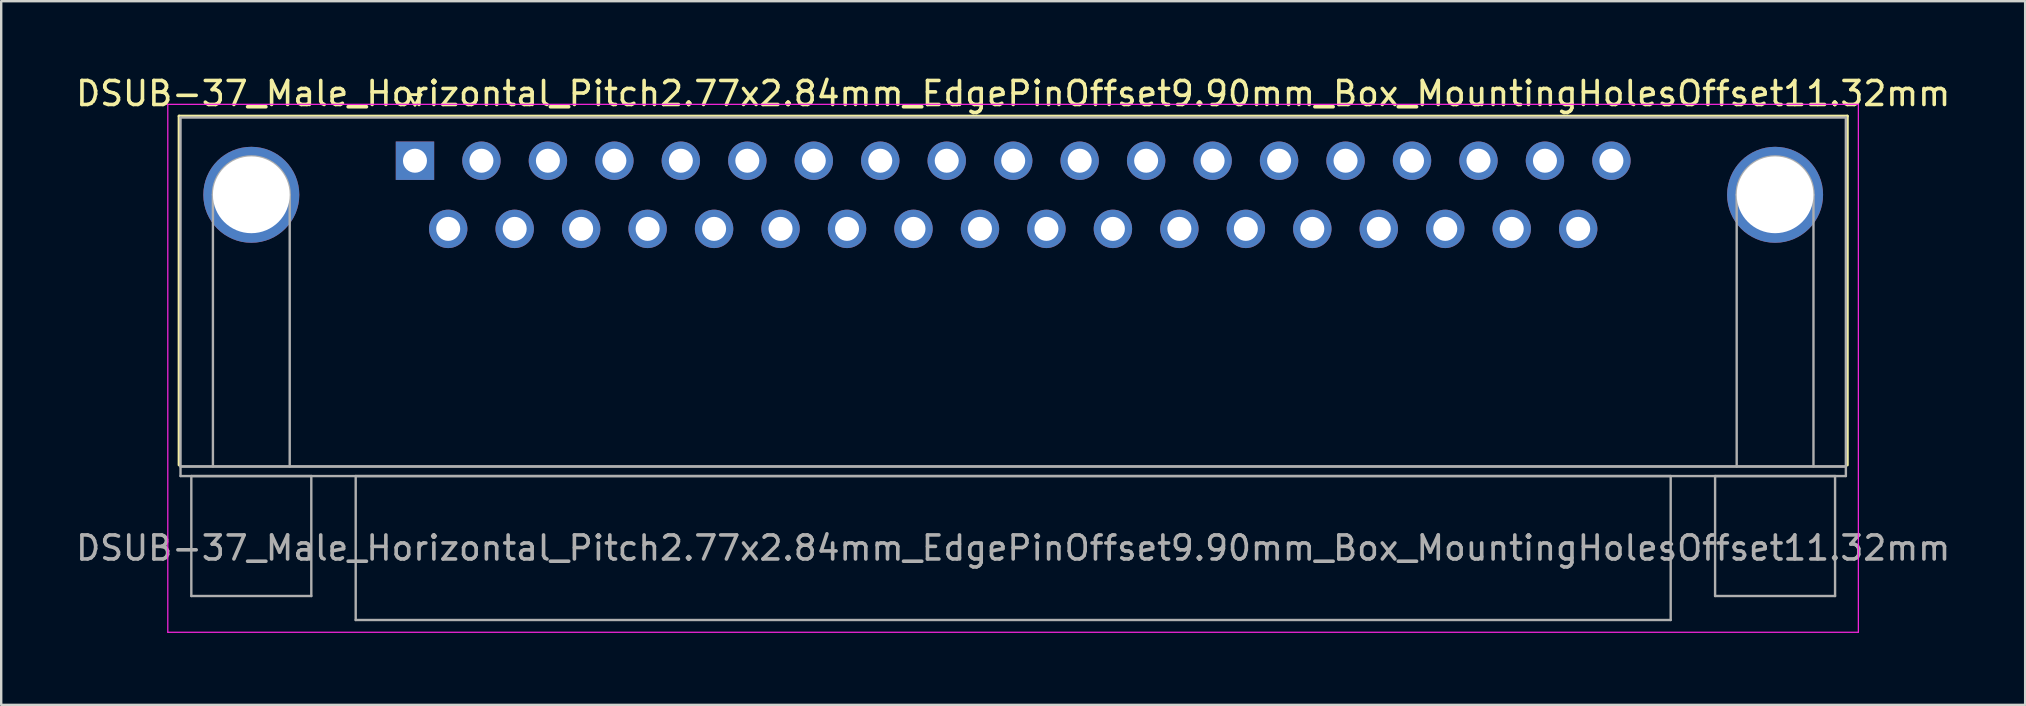
<source format=kicad_pcb>
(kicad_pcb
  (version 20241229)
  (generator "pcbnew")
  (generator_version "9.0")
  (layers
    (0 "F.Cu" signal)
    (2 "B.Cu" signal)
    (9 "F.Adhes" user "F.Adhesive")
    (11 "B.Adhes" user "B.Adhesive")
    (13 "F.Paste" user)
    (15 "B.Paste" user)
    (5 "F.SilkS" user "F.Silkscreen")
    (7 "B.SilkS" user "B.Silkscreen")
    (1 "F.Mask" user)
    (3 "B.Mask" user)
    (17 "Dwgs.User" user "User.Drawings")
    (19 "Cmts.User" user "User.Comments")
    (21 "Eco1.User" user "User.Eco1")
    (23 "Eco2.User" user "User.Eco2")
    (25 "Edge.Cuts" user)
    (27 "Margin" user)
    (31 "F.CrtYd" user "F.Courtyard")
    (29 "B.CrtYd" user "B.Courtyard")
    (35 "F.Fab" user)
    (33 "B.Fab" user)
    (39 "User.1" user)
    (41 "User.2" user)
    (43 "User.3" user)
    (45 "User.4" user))
  (footprint "DSUB-37_Male_Horizontal_Pitch2.77x2.84mm_EdgePinOffset9.90mm_Box_MountingHolesOffset11.32mm"
    (layer "F.Cu")
    (at 14.243 3.648)
    (property "Reference" "DSUB-37_Male_Horizontal_Pitch2.77x2.84mm_EdgePinOffset9.90mm_Box_MountingHolesOffset11.32mm" (at 24.93 -2.8 0) (layer "F.SilkS") (effects (font (size 1 1) (thickness 0.15))))
    (attr through_hole)
    (fp_line (start -9.83 -1.86) (end 59.69 -1.86) (stroke (width 0.12) (type solid)) (layer "F.SilkS"))
    (fp_line (start -9.83 12.68) (end -9.83 -1.86) (stroke (width 0.12) (type solid)) (layer "F.SilkS"))
    (fp_line (start -0.25 -2.754) (end 0.25 -2.754) (stroke (width 0.12) (type solid)) (layer "F.SilkS"))
    (fp_line (start 0 -2.321) (end -0.25 -2.754) (stroke (width 0.12) (type solid)) (layer "F.SilkS"))
    (fp_line (start 0.25 -2.754) (end 0 -2.321) (stroke (width 0.12) (type solid)) (layer "F.SilkS"))
    (fp_line (start 59.69 -1.86) (end 59.69 12.68) (stroke (width 0.12) (type solid)) (layer "F.SilkS"))
    (fp_line (start -10.3 -2.35) (end -10.3 19.65) (stroke (width 0.05) (type solid)) (layer "F.CrtYd"))
    (fp_line (start -10.3 19.65) (end 60.15 19.65) (stroke (width 0.05) (type solid)) (layer "F.CrtYd"))
    (fp_line (start 60.15 -2.35) (end -10.3 -2.35) (stroke (width 0.05) (type solid)) (layer "F.CrtYd"))
    (fp_line (start 60.15 19.65) (end 60.15 -2.35) (stroke (width 0.05) (type solid)) (layer "F.CrtYd"))
    (fp_line (start -9.77 -1.8) (end -9.77 12.74) (stroke (width 0.1) (type solid)) (layer "F.Fab"))
    (fp_line (start -9.77 12.74) (end -9.77 13.14) (stroke (width 0.1) (type solid)) (layer "F.Fab"))
    (fp_line (start -9.77 12.74) (end 59.63 12.74) (stroke (width 0.1) (type solid)) (layer "F.Fab"))
    (fp_line (start -9.77 13.14) (end 59.63 13.14) (stroke (width 0.1) (type solid)) (layer "F.Fab"))
    (fp_line (start -9.32 13.14) (end -9.32 18.14) (stroke (width 0.1) (type solid)) (layer "F.Fab"))
    (fp_line (start -9.32 18.14) (end -4.32 18.14) (stroke (width 0.1) (type solid)) (layer "F.Fab"))
    (fp_line (start -8.42 12.74) (end -8.42 1.42) (stroke (width 0.1) (type solid)) (layer "F.Fab"))
    (fp_line (start -5.22 12.74) (end -5.22 1.42) (stroke (width 0.1) (type solid)) (layer "F.Fab"))
    (fp_line (start -4.32 13.14) (end -9.32 13.14) (stroke (width 0.1) (type solid)) (layer "F.Fab"))
    (fp_line (start -4.32 18.14) (end -4.32 13.14) (stroke (width 0.1) (type solid)) (layer "F.Fab"))
    (fp_line (start -2.47 13.14) (end -2.47 19.14) (stroke (width 0.1) (type solid)) (layer "F.Fab"))
    (fp_line (start -2.47 19.14) (end 52.33 19.14) (stroke (width 0.1) (type solid)) (layer "F.Fab"))
    (fp_line (start 52.33 13.14) (end -2.47 13.14) (stroke (width 0.1) (type solid)) (layer "F.Fab"))
    (fp_line (start 52.33 19.14) (end 52.33 13.14) (stroke (width 0.1) (type solid)) (layer "F.Fab"))
    (fp_line (start 54.18 13.14) (end 54.18 18.14) (stroke (width 0.1) (type solid)) (layer "F.Fab"))
    (fp_line (start 54.18 18.14) (end 59.18 18.14) (stroke (width 0.1) (type solid)) (layer "F.Fab"))
    (fp_line (start 55.08 12.74) (end 55.08 1.42) (stroke (width 0.1) (type solid)) (layer "F.Fab"))
    (fp_line (start 58.28 12.74) (end 58.28 1.42) (stroke (width 0.1) (type solid)) (layer "F.Fab"))
    (fp_line (start 59.18 13.14) (end 54.18 13.14) (stroke (width 0.1) (type solid)) (layer "F.Fab"))
    (fp_line (start 59.18 18.14) (end 59.18 13.14) (stroke (width 0.1) (type solid)) (layer "F.Fab"))
    (fp_line (start 59.63 -1.8) (end -9.77 -1.8) (stroke (width 0.1) (type solid)) (layer "F.Fab"))
    (fp_line (start 59.63 12.74) (end -9.77 12.74) (stroke (width 0.1) (type solid)) (layer "F.Fab"))
    (fp_line (start 59.63 12.74) (end 59.63 -1.8) (stroke (width 0.1) (type solid)) (layer "F.Fab"))
    (fp_line (start 59.63 13.14) (end 59.63 12.74) (stroke (width 0.1) (type solid)) (layer "F.Fab"))
    (fp_arc (start -8.42 1.42) (mid -6.82 -0.18) (end -5.22 1.42) (stroke (width 0.1) (type solid)) (layer "F.Fab"))
    (fp_arc (start 55.08 1.42) (mid 56.68 -0.18) (end 58.28 1.42) (stroke (width 0.1) (type solid)) (layer "F.Fab"))
    (fp_text user "${REFERENCE}" (at 24.93 16.14 0) (layer "F.Fab") (effects (font (size 1 1) (thickness 0.15))))
    (pad "0" thru_hole circle (at -6.82 1.42) (size 4 4) (drill 3.2) (layers "*.Cu" "*.Mask"))
    (pad "0" thru_hole circle (at 56.68 1.42) (size 4 4) (drill 3.2) (layers "*.Cu" "*.Mask"))
    (pad "1" thru_hole rect (at 0 0) (size 1.6 1.6) (drill 1) (layers "*.Cu" "*.Mask"))
    (pad "2" thru_hole circle (at 2.77 0) (size 1.6 1.6) (drill 1) (layers "*.Cu" "*.Mask"))
    (pad "3" thru_hole circle (at 5.54 0) (size 1.6 1.6) (drill 1) (layers "*.Cu" "*.Mask"))
    (pad "4" thru_hole circle (at 8.31 0) (size 1.6 1.6) (drill 1) (layers "*.Cu" "*.Mask"))
    (pad "5" thru_hole circle (at 11.08 0) (size 1.6 1.6) (drill 1) (layers "*.Cu" "*.Mask"))
    (pad "6" thru_hole circle (at 13.85 0) (size 1.6 1.6) (drill 1) (layers "*.Cu" "*.Mask"))
    (pad "7" thru_hole circle (at 16.62 0) (size 1.6 1.6) (drill 1) (layers "*.Cu" "*.Mask"))
    (pad "8" thru_hole circle (at 19.39 0) (size 1.6 1.6) (drill 1) (layers "*.Cu" "*.Mask"))
    (pad "9" thru_hole circle (at 22.16 0) (size 1.6 1.6) (drill 1) (layers "*.Cu" "*.Mask"))
    (pad "10" thru_hole circle (at 24.93 0) (size 1.6 1.6) (drill 1) (layers "*.Cu" "*.Mask"))
    (pad "11" thru_hole circle (at 27.7 0) (size 1.6 1.6) (drill 1) (layers "*.Cu" "*.Mask"))
    (pad "12" thru_hole circle (at 30.47 0) (size 1.6 1.6) (drill 1) (layers "*.Cu" "*.Mask"))
    (pad "13" thru_hole circle (at 33.24 0) (size 1.6 1.6) (drill 1) (layers "*.Cu" "*.Mask"))
    (pad "14" thru_hole circle (at 36.01 0) (size 1.6 1.6) (drill 1) (layers "*.Cu" "*.Mask"))
    (pad "15" thru_hole circle (at 38.78 0) (size 1.6 1.6) (drill 1) (layers "*.Cu" "*.Mask"))
    (pad "16" thru_hole circle (at 41.55 0) (size 1.6 1.6) (drill 1) (layers "*.Cu" "*.Mask"))
    (pad "17" thru_hole circle (at 44.32 0) (size 1.6 1.6) (drill 1) (layers "*.Cu" "*.Mask"))
    (pad "18" thru_hole circle (at 47.09 0) (size 1.6 1.6) (drill 1) (layers "*.Cu" "*.Mask"))
    (pad "19" thru_hole circle (at 49.86 0) (size 1.6 1.6) (drill 1) (layers "*.Cu" "*.Mask"))
    (pad "20" thru_hole circle (at 1.385 2.84) (size 1.6 1.6) (drill 1) (layers "*.Cu" "*.Mask"))
    (pad "21" thru_hole circle (at 4.155 2.84) (size 1.6 1.6) (drill 1) (layers "*.Cu" "*.Mask"))
    (pad "22" thru_hole circle (at 6.925 2.84) (size 1.6 1.6) (drill 1) (layers "*.Cu" "*.Mask"))
    (pad "23" thru_hole circle (at 9.695 2.84) (size 1.6 1.6) (drill 1) (layers "*.Cu" "*.Mask"))
    (pad "24" thru_hole circle (at 12.465 2.84) (size 1.6 1.6) (drill 1) (layers "*.Cu" "*.Mask"))
    (pad "25" thru_hole circle (at 15.235 2.84) (size 1.6 1.6) (drill 1) (layers "*.Cu" "*.Mask"))
    (pad "26" thru_hole circle (at 18.005 2.84) (size 1.6 1.6) (drill 1) (layers "*.Cu" "*.Mask"))
    (pad "27" thru_hole circle (at 20.775 2.84) (size 1.6 1.6) (drill 1) (layers "*.Cu" "*.Mask"))
    (pad "28" thru_hole circle (at 23.545 2.84) (size 1.6 1.6) (drill 1) (layers "*.Cu" "*.Mask"))
    (pad "29" thru_hole circle (at 26.315 2.84) (size 1.6 1.6) (drill 1) (layers "*.Cu" "*.Mask"))
    (pad "30" thru_hole circle (at 29.085 2.84) (size 1.6 1.6) (drill 1) (layers "*.Cu" "*.Mask"))
    (pad "31" thru_hole circle (at 31.855 2.84) (size 1.6 1.6) (drill 1) (layers "*.Cu" "*.Mask"))
    (pad "32" thru_hole circle (at 34.625 2.84) (size 1.6 1.6) (drill 1) (layers "*.Cu" "*.Mask"))
    (pad "33" thru_hole circle (at 37.395 2.84) (size 1.6 1.6) (drill 1) (layers "*.Cu" "*.Mask"))
    (pad "34" thru_hole circle (at 40.165 2.84) (size 1.6 1.6) (drill 1) (layers "*.Cu" "*.Mask"))
    (pad "35" thru_hole circle (at 42.935 2.84) (size 1.6 1.6) (drill 1) (layers "*.Cu" "*.Mask"))
    (pad "36" thru_hole circle (at 45.705 2.84) (size 1.6 1.6) (drill 1) (layers "*.Cu" "*.Mask"))
    (pad "37" thru_hole circle (at 48.475 2.84) (size 1.6 1.6) (drill 1) (layers "*.Cu" "*.Mask")))
  (gr_rect
    (start -3 -3)
    (end 81.345 26.323)
    (stroke (width 0.1) (type default))
    (fill no)
    (layer "Edge.Cuts")))
</source>
